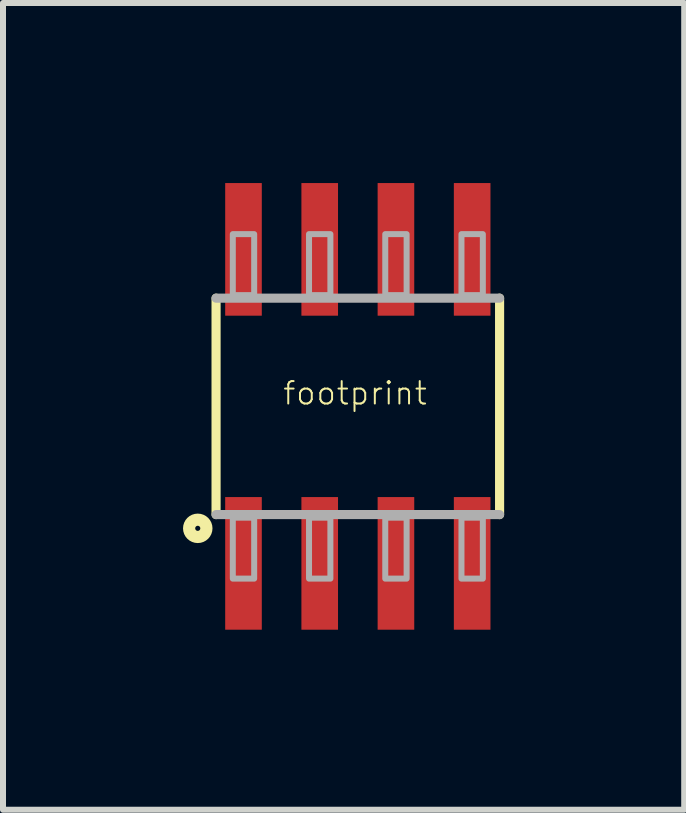
<source format=kicad_pcb>
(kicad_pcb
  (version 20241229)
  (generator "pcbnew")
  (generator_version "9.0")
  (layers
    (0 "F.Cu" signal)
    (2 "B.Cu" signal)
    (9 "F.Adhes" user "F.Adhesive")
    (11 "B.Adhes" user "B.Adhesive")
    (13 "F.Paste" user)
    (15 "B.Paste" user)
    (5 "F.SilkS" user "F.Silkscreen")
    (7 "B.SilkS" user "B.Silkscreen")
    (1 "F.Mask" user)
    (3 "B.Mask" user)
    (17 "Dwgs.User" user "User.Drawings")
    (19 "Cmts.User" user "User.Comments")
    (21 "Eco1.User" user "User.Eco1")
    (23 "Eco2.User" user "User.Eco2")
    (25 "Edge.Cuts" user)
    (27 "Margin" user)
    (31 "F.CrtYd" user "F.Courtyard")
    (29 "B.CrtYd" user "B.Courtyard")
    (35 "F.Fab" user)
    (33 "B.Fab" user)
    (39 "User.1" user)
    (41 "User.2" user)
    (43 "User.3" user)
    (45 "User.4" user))
  (footprint "footprint"
    (layer "F.Cu")
    (at 2.912 3.721)
    (property "Reference" "footprint" (at -1.27 0 0) (layer "F.SilkS") (effects (font (size 0.374 0.374) (thickness 0.033)) (justify left bottom)))
    (fp_line (start -2.362 -1.803) (end -2.362 1.803) (stroke (width 0.152) (type solid)) (layer "F.SilkS"))
    (fp_line (start 2.362 1.803) (end 2.362 -1.803) (stroke (width 0.152) (type solid)) (layer "F.SilkS"))
    (fp_circle (center -2.667 2.032) (end -2.523 2.032) (stroke (width 0.203) (type solid)) (fill no) (layer "F.SilkS"))
    (fp_line (start -2.362 1.803) (end 2.362 1.803) (stroke (width 0.152) (type solid)) (layer "F.Fab"))
    (fp_line (start 2.362 -1.803) (end -2.362 -1.803) (stroke (width 0.152) (type solid)) (layer "F.Fab"))
    (fp_poly (pts (xy -2.083 -1.854) (xy -1.727 -1.854) (xy -1.727 -2.87) (xy -2.083 -2.87)) (stroke (width 0.1) (type solid)) (fill no) (layer "F.Fab"))
    (fp_poly (pts (xy -2.083 2.87) (xy -1.727 2.87) (xy -1.727 1.854) (xy -2.083 1.854)) (stroke (width 0.1) (type solid)) (fill no) (layer "F.Fab"))
    (fp_poly (pts (xy -0.813 -1.854) (xy -0.457 -1.854) (xy -0.457 -2.87) (xy -0.813 -2.87)) (stroke (width 0.1) (type solid)) (fill no) (layer "F.Fab"))
    (fp_poly (pts (xy -0.813 2.87) (xy -0.457 2.87) (xy -0.457 1.854) (xy -0.813 1.854)) (stroke (width 0.1) (type solid)) (fill no) (layer "F.Fab"))
    (fp_poly (pts (xy 0.457 -1.854) (xy 0.813 -1.854) (xy 0.813 -2.87) (xy 0.457 -2.87)) (stroke (width 0.1) (type solid)) (fill no) (layer "F.Fab"))
    (fp_poly (pts (xy 0.457 2.87) (xy 0.813 2.87) (xy 0.813 1.854) (xy 0.457 1.854)) (stroke (width 0.1) (type solid)) (fill no) (layer "F.Fab"))
    (fp_poly (pts (xy 1.727 -1.854) (xy 2.083 -1.854) (xy 2.083 -2.87) (xy 1.727 -2.87)) (stroke (width 0.1) (type solid)) (fill no) (layer "F.Fab"))
    (fp_poly (pts (xy 1.727 2.87) (xy 2.083 2.87) (xy 2.083 1.854) (xy 1.727 1.854)) (stroke (width 0.1) (type solid)) (fill no) (layer "F.Fab"))
    (pad "1" smd rect (at -1.905 2.616) (size 0.61 2.21) (layers "F.Cu" "F.Mask" "F.Paste"))
    (pad "2" smd rect (at -0.635 2.616) (size 0.61 2.21) (layers "F.Cu" "F.Mask" "F.Paste"))
    (pad "3" smd rect (at 0.635 2.616) (size 0.61 2.21) (layers "F.Cu" "F.Mask" "F.Paste"))
    (pad "4" smd rect (at 1.905 2.616) (size 0.61 2.21) (layers "F.Cu" "F.Mask" "F.Paste"))
    (pad "5" smd rect (at 1.905 -2.616) (size 0.61 2.21) (layers "F.Cu" "F.Mask" "F.Paste"))
    (pad "6" smd rect (at 0.635 -2.616) (size 0.61 2.21) (layers "F.Cu" "F.Mask" "F.Paste"))
    (pad "7" smd rect (at -0.635 -2.616) (size 0.61 2.21) (layers "F.Cu" "F.Mask" "F.Paste"))
    (pad "8" smd rect (at -1.905 -2.616) (size 0.61 2.21) (layers "F.Cu" "F.Mask" "F.Paste")))
  (gr_rect
    (start -3 -3)
    (end 8.35 10.442)
    (stroke (width 0.1) (type default))
    (fill no)
    (layer "Edge.Cuts")))
</source>
